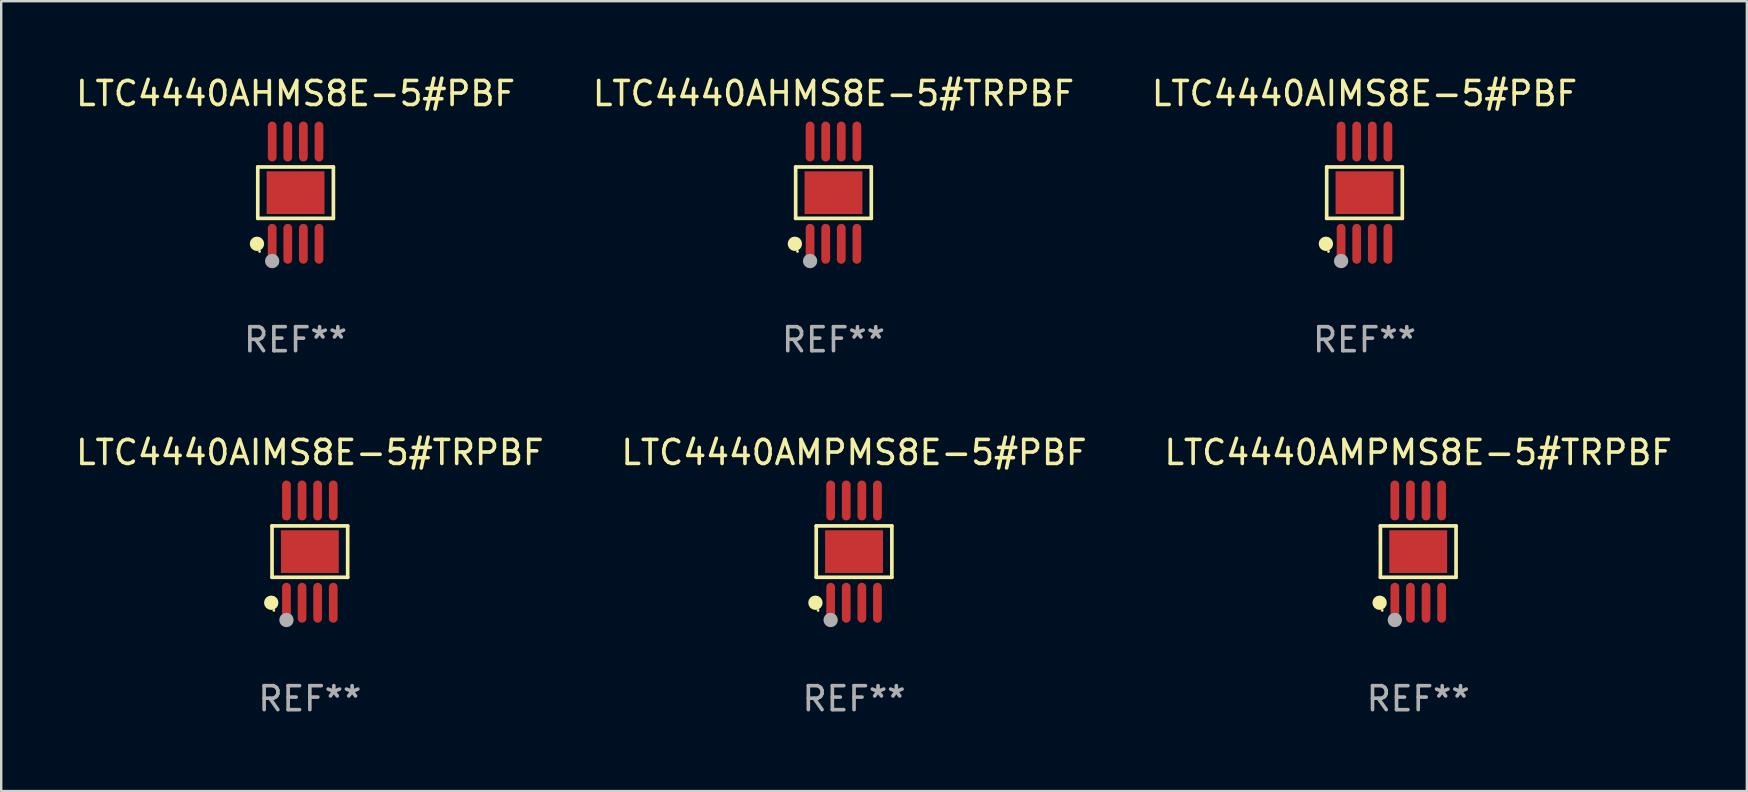
<source format=kicad_pcb>
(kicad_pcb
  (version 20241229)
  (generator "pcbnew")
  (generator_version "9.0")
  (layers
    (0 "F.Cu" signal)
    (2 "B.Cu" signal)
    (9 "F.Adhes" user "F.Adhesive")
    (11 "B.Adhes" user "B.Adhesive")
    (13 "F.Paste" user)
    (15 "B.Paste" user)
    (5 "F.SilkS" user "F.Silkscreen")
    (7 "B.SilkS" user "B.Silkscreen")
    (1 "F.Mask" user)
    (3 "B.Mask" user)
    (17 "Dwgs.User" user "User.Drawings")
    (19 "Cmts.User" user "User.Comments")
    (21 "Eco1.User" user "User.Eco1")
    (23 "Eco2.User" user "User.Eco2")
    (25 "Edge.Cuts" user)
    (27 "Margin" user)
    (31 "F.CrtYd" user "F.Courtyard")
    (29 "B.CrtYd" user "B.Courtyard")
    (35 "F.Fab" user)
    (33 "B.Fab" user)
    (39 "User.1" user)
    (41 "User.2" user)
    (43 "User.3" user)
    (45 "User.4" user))
  (footprint "LTC4440AHMS8E-5#TRPBF"
    (layer "F.Cu")
    (at 31.685 4.979)
    (property "Reference" "LTC4440AHMS8E-5#TRPBF" (at 0 -4.131 0) (layer "F.SilkS") (effects (font (size 1 1) (thickness 0.15))))
    (attr through_hole)
    (fp_line (start -1.576 -1.071) (end 1.576 -1.071) (stroke (width 0.152) (type solid)) (layer "F.SilkS"))
    (fp_line (start -1.576 1.071) (end -1.576 -1.071) (stroke (width 0.152) (type solid)) (layer "F.SilkS"))
    (fp_line (start 1.576 -1.071) (end 1.576 1.071) (stroke (width 0.152) (type solid)) (layer "F.SilkS"))
    (fp_line (start 1.576 1.071) (end -1.576 1.071) (stroke (width 0.152) (type solid)) (layer "F.SilkS"))
    (fp_circle (center -1.609 2.131) (end -1.459 2.131) (stroke (width 0.3) (type solid)) (fill no) (layer "F.SilkS"))
    (fp_circle (center -1.5 2.45) (end -1.47 2.45) (stroke (width 0.06) (type solid)) (fill no) (layer "F.SilkS"))
    (fp_circle (center -0.975 2.85) (end -0.825 2.85) (stroke (width 0.3) (type solid)) (fill no) (layer "F.Fab"))
    (fp_text user "REF**" (at 0 6.131 0) (layer "F.Fab") (effects (font (size 1 1) (thickness 0.15))))
    (pad "1" smd oval (at -0.975 2.131) (size 0.364 1.662) (layers "F.Cu" "F.Mask" "F.Paste"))
    (pad "2" smd oval (at -0.325 2.131) (size 0.364 1.662) (layers "F.Cu" "F.Mask" "F.Paste"))
    (pad "3" smd oval (at 0.325 2.131) (size 0.364 1.662) (layers "F.Cu" "F.Mask" "F.Paste"))
    (pad "4" smd oval (at 0.975 2.131) (size 0.364 1.662) (layers "F.Cu" "F.Mask" "F.Paste"))
    (pad "5" smd oval (at 0.975 -2.131) (size 0.364 1.662) (layers "F.Cu" "F.Mask" "F.Paste"))
    (pad "6" smd oval (at 0.325 -2.131) (size 0.364 1.662) (layers "F.Cu" "F.Mask" "F.Paste"))
    (pad "7" smd oval (at -0.325 -2.131) (size 0.364 1.662) (layers "F.Cu" "F.Mask" "F.Paste"))
    (pad "8" smd oval (at -0.975 -2.131) (size 0.364 1.662) (layers "F.Cu" "F.Mask" "F.Paste"))
    (pad "9" smd rect (at 0 0) (size 2.41 1.78) (layers "F.Cu" "F.Mask" "F.Paste")))
  (footprint "LTC4440AHMS8E-5#PBF"
    (layer "F.Cu")
    (at 9.268 4.979)
    (property "Reference" "LTC4440AHMS8E-5#PBF" (at 0 -4.131 0) (layer "F.SilkS") (effects (font (size 1 1) (thickness 0.15))))
    (attr through_hole)
    (fp_line (start -1.576 -1.071) (end 1.576 -1.071) (stroke (width 0.152) (type solid)) (layer "F.SilkS"))
    (fp_line (start -1.576 1.071) (end -1.576 -1.071) (stroke (width 0.152) (type solid)) (layer "F.SilkS"))
    (fp_line (start 1.576 -1.071) (end 1.576 1.071) (stroke (width 0.152) (type solid)) (layer "F.SilkS"))
    (fp_line (start 1.576 1.071) (end -1.576 1.071) (stroke (width 0.152) (type solid)) (layer "F.SilkS"))
    (fp_circle (center -1.609 2.131) (end -1.459 2.131) (stroke (width 0.3) (type solid)) (fill no) (layer "F.SilkS"))
    (fp_circle (center -1.5 2.45) (end -1.47 2.45) (stroke (width 0.06) (type solid)) (fill no) (layer "F.SilkS"))
    (fp_circle (center -0.975 2.85) (end -0.825 2.85) (stroke (width 0.3) (type solid)) (fill no) (layer "F.Fab"))
    (fp_text user "REF**" (at 0 6.131 0) (layer "F.Fab") (effects (font (size 1 1) (thickness 0.15))))
    (pad "1" smd oval (at -0.975 2.131) (size 0.364 1.662) (layers "F.Cu" "F.Mask" "F.Paste"))
    (pad "2" smd oval (at -0.325 2.131) (size 0.364 1.662) (layers "F.Cu" "F.Mask" "F.Paste"))
    (pad "3" smd oval (at 0.325 2.131) (size 0.364 1.662) (layers "F.Cu" "F.Mask" "F.Paste"))
    (pad "4" smd oval (at 0.975 2.131) (size 0.364 1.662) (layers "F.Cu" "F.Mask" "F.Paste"))
    (pad "5" smd oval (at 0.975 -2.131) (size 0.364 1.662) (layers "F.Cu" "F.Mask" "F.Paste"))
    (pad "6" smd oval (at 0.325 -2.131) (size 0.364 1.662) (layers "F.Cu" "F.Mask" "F.Paste"))
    (pad "7" smd oval (at -0.325 -2.131) (size 0.364 1.662) (layers "F.Cu" "F.Mask" "F.Paste"))
    (pad "8" smd oval (at -0.975 -2.131) (size 0.364 1.662) (layers "F.Cu" "F.Mask" "F.Paste"))
    (pad "9" smd rect (at 0 0) (size 2.41 1.78) (layers "F.Cu" "F.Mask" "F.Paste")))
  (footprint "LTC4440AMPMS8E-5#TRPBF"
    (layer "F.Cu")
    (at 56.054 19.938)
    (property "Reference" "LTC4440AMPMS8E-5#TRPBF" (at 0 -4.131 0) (layer "F.SilkS") (effects (font (size 1 1) (thickness 0.15))))
    (attr through_hole)
    (fp_line (start -1.576 -1.071) (end 1.576 -1.071) (stroke (width 0.152) (type solid)) (layer "F.SilkS"))
    (fp_line (start -1.576 1.071) (end -1.576 -1.071) (stroke (width 0.152) (type solid)) (layer "F.SilkS"))
    (fp_line (start 1.576 -1.071) (end 1.576 1.071) (stroke (width 0.152) (type solid)) (layer "F.SilkS"))
    (fp_line (start 1.576 1.071) (end -1.576 1.071) (stroke (width 0.152) (type solid)) (layer "F.SilkS"))
    (fp_circle (center -1.609 2.131) (end -1.459 2.131) (stroke (width 0.3) (type solid)) (fill no) (layer "F.SilkS"))
    (fp_circle (center -1.5 2.45) (end -1.47 2.45) (stroke (width 0.06) (type solid)) (fill no) (layer "F.SilkS"))
    (fp_circle (center -0.975 2.85) (end -0.825 2.85) (stroke (width 0.3) (type solid)) (fill no) (layer "F.Fab"))
    (fp_text user "REF**" (at 0 6.131 0) (layer "F.Fab") (effects (font (size 1 1) (thickness 0.15))))
    (pad "1" smd oval (at -0.975 2.131) (size 0.364 1.662) (layers "F.Cu" "F.Mask" "F.Paste"))
    (pad "2" smd oval (at -0.325 2.131) (size 0.364 1.662) (layers "F.Cu" "F.Mask" "F.Paste"))
    (pad "3" smd oval (at 0.325 2.131) (size 0.364 1.662) (layers "F.Cu" "F.Mask" "F.Paste"))
    (pad "4" smd oval (at 0.975 2.131) (size 0.364 1.662) (layers "F.Cu" "F.Mask" "F.Paste"))
    (pad "5" smd oval (at 0.975 -2.131) (size 0.364 1.662) (layers "F.Cu" "F.Mask" "F.Paste"))
    (pad "6" smd oval (at 0.325 -2.131) (size 0.364 1.662) (layers "F.Cu" "F.Mask" "F.Paste"))
    (pad "7" smd oval (at -0.325 -2.131) (size 0.364 1.662) (layers "F.Cu" "F.Mask" "F.Paste"))
    (pad "8" smd oval (at -0.975 -2.131) (size 0.364 1.662) (layers "F.Cu" "F.Mask" "F.Paste"))
    (pad "9" smd rect (at 0 0) (size 2.41 1.78) (layers "F.Cu" "F.Mask" "F.Paste")))
  (footprint "LTC4440AIMS8E-5#PBF"
    (layer "F.Cu")
    (at 53.815 4.979)
    (property "Reference" "LTC4440AIMS8E-5#PBF" (at 0 -4.131 0) (layer "F.SilkS") (effects (font (size 1 1) (thickness 0.15))))
    (attr through_hole)
    (fp_line (start -1.576 -1.071) (end 1.576 -1.071) (stroke (width 0.152) (type solid)) (layer "F.SilkS"))
    (fp_line (start -1.576 1.071) (end -1.576 -1.071) (stroke (width 0.152) (type solid)) (layer "F.SilkS"))
    (fp_line (start 1.576 -1.071) (end 1.576 1.071) (stroke (width 0.152) (type solid)) (layer "F.SilkS"))
    (fp_line (start 1.576 1.071) (end -1.576 1.071) (stroke (width 0.152) (type solid)) (layer "F.SilkS"))
    (fp_circle (center -1.609 2.131) (end -1.459 2.131) (stroke (width 0.3) (type solid)) (fill no) (layer "F.SilkS"))
    (fp_circle (center -1.5 2.45) (end -1.47 2.45) (stroke (width 0.06) (type solid)) (fill no) (layer "F.SilkS"))
    (fp_circle (center -0.975 2.85) (end -0.825 2.85) (stroke (width 0.3) (type solid)) (fill no) (layer "F.Fab"))
    (fp_text user "REF**" (at 0 6.131 0) (layer "F.Fab") (effects (font (size 1 1) (thickness 0.15))))
    (pad "1" smd oval (at -0.975 2.131) (size 0.364 1.662) (layers "F.Cu" "F.Mask" "F.Paste"))
    (pad "2" smd oval (at -0.325 2.131) (size 0.364 1.662) (layers "F.Cu" "F.Mask" "F.Paste"))
    (pad "3" smd oval (at 0.325 2.131) (size 0.364 1.662) (layers "F.Cu" "F.Mask" "F.Paste"))
    (pad "4" smd oval (at 0.975 2.131) (size 0.364 1.662) (layers "F.Cu" "F.Mask" "F.Paste"))
    (pad "5" smd oval (at 0.975 -2.131) (size 0.364 1.662) (layers "F.Cu" "F.Mask" "F.Paste"))
    (pad "6" smd oval (at 0.325 -2.131) (size 0.364 1.662) (layers "F.Cu" "F.Mask" "F.Paste"))
    (pad "7" smd oval (at -0.325 -2.131) (size 0.364 1.662) (layers "F.Cu" "F.Mask" "F.Paste"))
    (pad "8" smd oval (at -0.975 -2.131) (size 0.364 1.662) (layers "F.Cu" "F.Mask" "F.Paste"))
    (pad "9" smd rect (at 0 0) (size 2.41 1.78) (layers "F.Cu" "F.Mask" "F.Paste")))
  (footprint "LTC4440AIMS8E-5#TRPBF"
    (layer "F.Cu")
    (at 9.863 19.938)
    (property "Reference" "LTC4440AIMS8E-5#TRPBF" (at 0 -4.131 0) (layer "F.SilkS") (effects (font (size 1 1) (thickness 0.15))))
    (attr through_hole)
    (fp_line (start -1.576 -1.071) (end 1.576 -1.071) (stroke (width 0.152) (type solid)) (layer "F.SilkS"))
    (fp_line (start -1.576 1.071) (end -1.576 -1.071) (stroke (width 0.152) (type solid)) (layer "F.SilkS"))
    (fp_line (start 1.576 -1.071) (end 1.576 1.071) (stroke (width 0.152) (type solid)) (layer "F.SilkS"))
    (fp_line (start 1.576 1.071) (end -1.576 1.071) (stroke (width 0.152) (type solid)) (layer "F.SilkS"))
    (fp_circle (center -1.609 2.131) (end -1.459 2.131) (stroke (width 0.3) (type solid)) (fill no) (layer "F.SilkS"))
    (fp_circle (center -1.5 2.45) (end -1.47 2.45) (stroke (width 0.06) (type solid)) (fill no) (layer "F.SilkS"))
    (fp_circle (center -0.975 2.85) (end -0.825 2.85) (stroke (width 0.3) (type solid)) (fill no) (layer "F.Fab"))
    (fp_text user "REF**" (at 0 6.131 0) (layer "F.Fab") (effects (font (size 1 1) (thickness 0.15))))
    (pad "1" smd oval (at -0.975 2.131) (size 0.364 1.662) (layers "F.Cu" "F.Mask" "F.Paste"))
    (pad "2" smd oval (at -0.325 2.131) (size 0.364 1.662) (layers "F.Cu" "F.Mask" "F.Paste"))
    (pad "3" smd oval (at 0.325 2.131) (size 0.364 1.662) (layers "F.Cu" "F.Mask" "F.Paste"))
    (pad "4" smd oval (at 0.975 2.131) (size 0.364 1.662) (layers "F.Cu" "F.Mask" "F.Paste"))
    (pad "5" smd oval (at 0.975 -2.131) (size 0.364 1.662) (layers "F.Cu" "F.Mask" "F.Paste"))
    (pad "6" smd oval (at 0.325 -2.131) (size 0.364 1.662) (layers "F.Cu" "F.Mask" "F.Paste"))
    (pad "7" smd oval (at -0.325 -2.131) (size 0.364 1.662) (layers "F.Cu" "F.Mask" "F.Paste"))
    (pad "8" smd oval (at -0.975 -2.131) (size 0.364 1.662) (layers "F.Cu" "F.Mask" "F.Paste"))
    (pad "9" smd rect (at 0 0) (size 2.41 1.78) (layers "F.Cu" "F.Mask" "F.Paste")))
  (footprint "LTC4440AMPMS8E-5#PBF"
    (layer "F.Cu")
    (at 32.542 19.938)
    (property "Reference" "LTC4440AMPMS8E-5#PBF" (at 0 -4.131 0) (layer "F.SilkS") (effects (font (size 1 1) (thickness 0.15))))
    (attr through_hole)
    (fp_line (start -1.576 -1.071) (end 1.576 -1.071) (stroke (width 0.152) (type solid)) (layer "F.SilkS"))
    (fp_line (start -1.576 1.071) (end -1.576 -1.071) (stroke (width 0.152) (type solid)) (layer "F.SilkS"))
    (fp_line (start 1.576 -1.071) (end 1.576 1.071) (stroke (width 0.152) (type solid)) (layer "F.SilkS"))
    (fp_line (start 1.576 1.071) (end -1.576 1.071) (stroke (width 0.152) (type solid)) (layer "F.SilkS"))
    (fp_circle (center -1.609 2.131) (end -1.459 2.131) (stroke (width 0.3) (type solid)) (fill no) (layer "F.SilkS"))
    (fp_circle (center -1.5 2.45) (end -1.47 2.45) (stroke (width 0.06) (type solid)) (fill no) (layer "F.SilkS"))
    (fp_circle (center -0.975 2.85) (end -0.825 2.85) (stroke (width 0.3) (type solid)) (fill no) (layer "F.Fab"))
    (fp_text user "REF**" (at 0 6.131 0) (layer "F.Fab") (effects (font (size 1 1) (thickness 0.15))))
    (pad "1" smd oval (at -0.975 2.131) (size 0.364 1.662) (layers "F.Cu" "F.Mask" "F.Paste"))
    (pad "2" smd oval (at -0.325 2.131) (size 0.364 1.662) (layers "F.Cu" "F.Mask" "F.Paste"))
    (pad "3" smd oval (at 0.325 2.131) (size 0.364 1.662) (layers "F.Cu" "F.Mask" "F.Paste"))
    (pad "4" smd oval (at 0.975 2.131) (size 0.364 1.662) (layers "F.Cu" "F.Mask" "F.Paste"))
    (pad "5" smd oval (at 0.975 -2.131) (size 0.364 1.662) (layers "F.Cu" "F.Mask" "F.Paste"))
    (pad "6" smd oval (at 0.325 -2.131) (size 0.364 1.662) (layers "F.Cu" "F.Mask" "F.Paste"))
    (pad "7" smd oval (at -0.325 -2.131) (size 0.364 1.662) (layers "F.Cu" "F.Mask" "F.Paste"))
    (pad "8" smd oval (at -0.975 -2.131) (size 0.364 1.662) (layers "F.Cu" "F.Mask" "F.Paste"))
    (pad "9" smd rect (at 0 0) (size 2.41 1.78) (layers "F.Cu" "F.Mask" "F.Paste")))
  (gr_rect
    (start -3 -3)
    (end 69.75 29.917)
    (stroke (width 0.1) (type default))
    (fill no)
    (layer "Edge.Cuts")))
</source>
